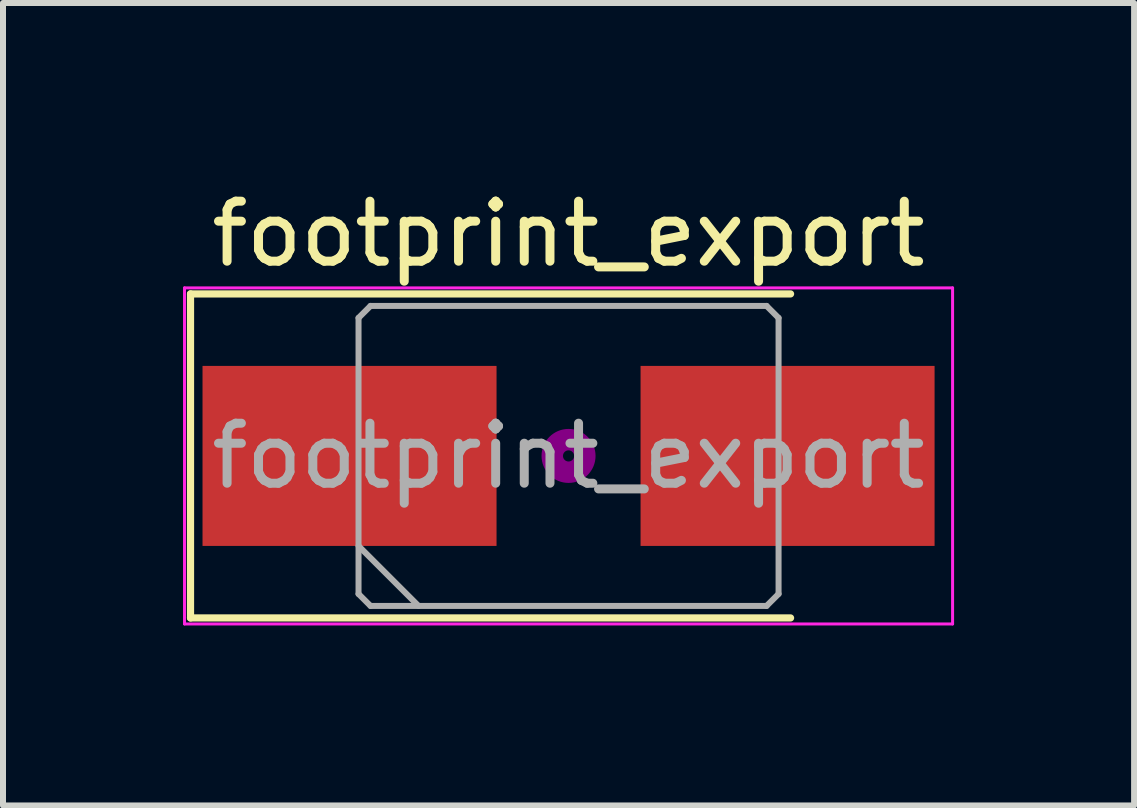
<source format=kicad_pcb>
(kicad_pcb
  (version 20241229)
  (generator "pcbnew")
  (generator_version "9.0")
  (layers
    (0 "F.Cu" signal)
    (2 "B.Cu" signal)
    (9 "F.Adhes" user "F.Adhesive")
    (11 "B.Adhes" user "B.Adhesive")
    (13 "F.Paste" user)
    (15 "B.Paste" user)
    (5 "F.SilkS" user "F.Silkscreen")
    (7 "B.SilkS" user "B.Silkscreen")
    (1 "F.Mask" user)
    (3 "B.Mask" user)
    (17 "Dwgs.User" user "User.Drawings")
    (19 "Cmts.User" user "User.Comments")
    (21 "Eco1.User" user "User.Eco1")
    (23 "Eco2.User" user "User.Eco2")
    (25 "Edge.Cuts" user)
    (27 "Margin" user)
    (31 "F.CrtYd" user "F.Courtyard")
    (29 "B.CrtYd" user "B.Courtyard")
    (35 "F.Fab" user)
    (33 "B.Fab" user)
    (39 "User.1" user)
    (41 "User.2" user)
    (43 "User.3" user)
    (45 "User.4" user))
  (footprint "footprint_export"
    (layer "F.Cu")
    (at 6.425 4.548)
    (property "Reference" "footprint_export" (at 0 -3.7 0) (layer "F.SilkS") (effects (font (size 1 1) (thickness 0.15))))
    (attr smd)
    (fp_line (start -6.3 -2.7) (end -6.3 2.7) (stroke (width 0.12) (type solid)) (layer "F.SilkS"))
    (fp_line (start -6.3 2.7) (end 3.7 2.7) (stroke (width 0.12) (type solid)) (layer "F.SilkS"))
    (fp_line (start 3.7 -2.7) (end -6.3 -2.7) (stroke (width 0.12) (type solid)) (layer "F.SilkS"))
    (fp_circle (center 0 0) (end 0.093 0) (stroke (width 0.187) (type solid)) (fill no) (layer "F.Adhes"))
    (fp_circle (center 0 0) (end 0.213 0) (stroke (width 0.133) (type solid)) (fill no) (layer "F.Adhes"))
    (fp_circle (center 0 0) (end 0.333 0) (stroke (width 0.133) (type solid)) (fill no) (layer "F.Adhes"))
    (fp_circle (center 0 0) (end 0.4 0) (stroke (width 0.1) (type solid)) (fill no) (layer "F.Adhes"))
    (fp_line (start -6.4 -2.8) (end -6.4 2.8) (stroke (width 0.05) (type solid)) (layer "F.CrtYd"))
    (fp_line (start -6.4 2.8) (end 6.4 2.8) (stroke (width 0.05) (type solid)) (layer "F.CrtYd"))
    (fp_line (start 6.4 -2.8) (end -6.4 -2.8) (stroke (width 0.05) (type solid)) (layer "F.CrtYd"))
    (fp_line (start 6.4 2.8) (end 6.4 -2.8) (stroke (width 0.05) (type solid)) (layer "F.CrtYd"))
    (fp_line (start -3.5 -2.3) (end -3.3 -2.5) (stroke (width 0.1) (type solid)) (layer "F.Fab"))
    (fp_line (start -3.5 1.5) (end -2.5 2.5) (stroke (width 0.1) (type solid)) (layer "F.Fab"))
    (fp_line (start -3.5 2.3) (end -3.5 -2.3) (stroke (width 0.1) (type solid)) (layer "F.Fab"))
    (fp_line (start -3.3 -2.5) (end 3.3 -2.5) (stroke (width 0.1) (type solid)) (layer "F.Fab"))
    (fp_line (start -3.3 2.5) (end -3.5 2.3) (stroke (width 0.1) (type solid)) (layer "F.Fab"))
    (fp_line (start 3.3 -2.5) (end 3.5 -2.3) (stroke (width 0.1) (type solid)) (layer "F.Fab"))
    (fp_line (start 3.3 2.5) (end -3.3 2.5) (stroke (width 0.1) (type solid)) (layer "F.Fab"))
    (fp_line (start 3.5 -2.3) (end 3.5 2.3) (stroke (width 0.1) (type solid)) (layer "F.Fab"))
    (fp_line (start 3.5 2.3) (end 3.3 2.5) (stroke (width 0.1) (type solid)) (layer "F.Fab"))
    (fp_text user "${REFERENCE}" (at 0 0 0) (layer "F.Fab") (effects (font (size 1 1) (thickness 0.15))))
    (pad "1" smd rect (at -3.65 0) (size 4.9 3) (layers "F.Cu" "F.Mask" "F.Paste"))
    (pad "2" smd rect (at 3.65 0) (size 4.9 3) (layers "F.Cu" "F.Mask" "F.Paste")))
  (gr_rect
    (start -3 -3)
    (end 15.85 10.373)
    (stroke (width 0.1) (type default))
    (fill no)
    (layer "Edge.Cuts")))
</source>
